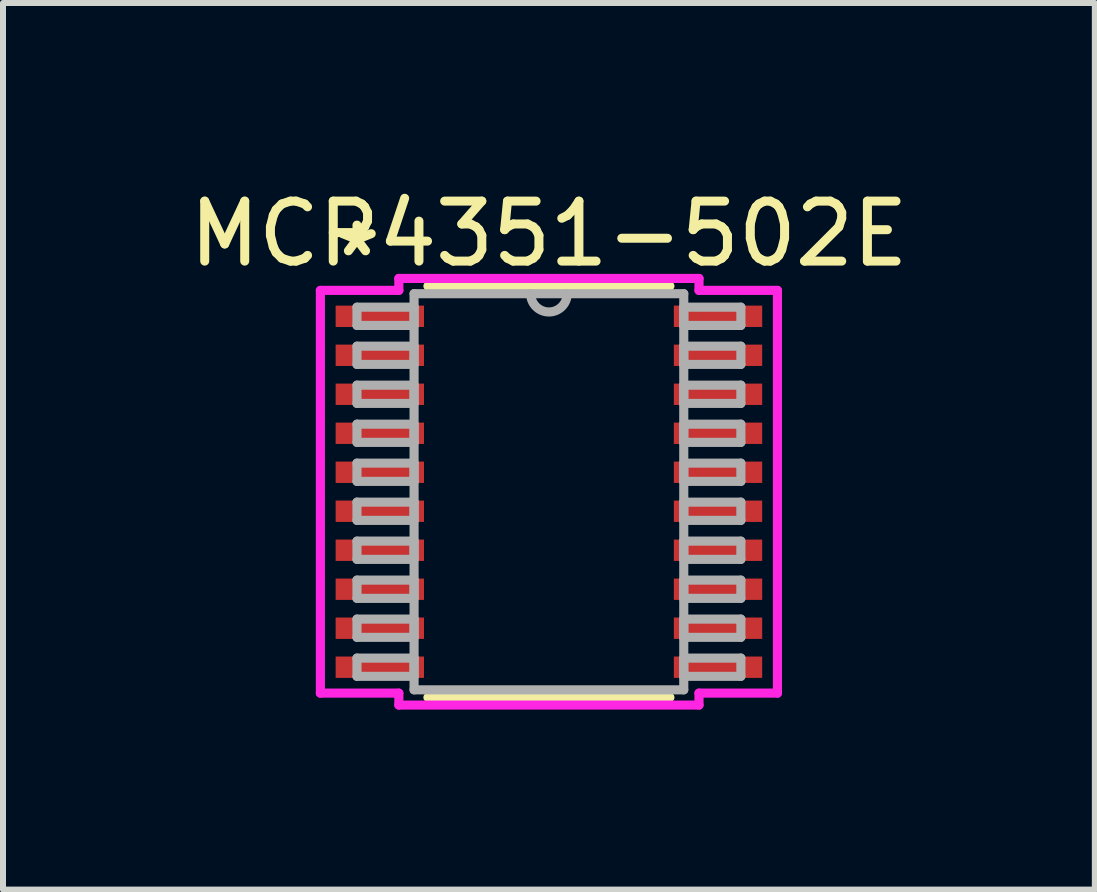
<source format=kicad_pcb>
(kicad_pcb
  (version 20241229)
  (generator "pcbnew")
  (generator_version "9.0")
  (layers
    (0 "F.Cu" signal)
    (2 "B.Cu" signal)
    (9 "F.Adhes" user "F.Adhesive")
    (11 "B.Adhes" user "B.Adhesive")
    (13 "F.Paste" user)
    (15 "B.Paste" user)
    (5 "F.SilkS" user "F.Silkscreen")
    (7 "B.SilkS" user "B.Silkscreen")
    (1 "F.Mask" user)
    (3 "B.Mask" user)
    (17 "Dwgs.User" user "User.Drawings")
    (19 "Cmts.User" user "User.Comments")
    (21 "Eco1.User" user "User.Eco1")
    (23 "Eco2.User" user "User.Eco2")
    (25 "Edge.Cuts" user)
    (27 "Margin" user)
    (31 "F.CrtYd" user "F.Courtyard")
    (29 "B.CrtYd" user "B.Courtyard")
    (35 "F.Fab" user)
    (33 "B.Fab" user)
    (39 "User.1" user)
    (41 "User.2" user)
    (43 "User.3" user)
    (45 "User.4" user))
  (footprint "MCP4351-502E"
    (layer "F.Cu")
    (at 6.101 5.148)
    (property "Reference" "MCP4351-502E" (at 0 -4.3 0) (layer "F.SilkS") (effects (font (size 1 1) (thickness 0.15))))
    (attr through_hole)
    (fp_line (start -2.017 3.429) (end 2.017 3.429) (stroke (width 0.152) (type solid)) (layer "F.SilkS"))
    (fp_line (start 2.017 -3.429) (end -2.017 -3.429) (stroke (width 0.152) (type solid)) (layer "F.SilkS"))
    (fp_line (start -3.81 -3.357) (end -2.502 -3.357) (stroke (width 0.152) (type solid)) (layer "F.CrtYd"))
    (fp_line (start -3.81 3.357) (end -3.81 -3.357) (stroke (width 0.152) (type solid)) (layer "F.CrtYd"))
    (fp_line (start -2.502 -3.556) (end 2.502 -3.556) (stroke (width 0.152) (type solid)) (layer "F.CrtYd"))
    (fp_line (start -2.502 -3.357) (end -2.502 -3.556) (stroke (width 0.152) (type solid)) (layer "F.CrtYd"))
    (fp_line (start -2.502 3.357) (end -3.81 3.357) (stroke (width 0.152) (type solid)) (layer "F.CrtYd"))
    (fp_line (start -2.502 3.556) (end -2.502 3.357) (stroke (width 0.152) (type solid)) (layer "F.CrtYd"))
    (fp_line (start 2.502 -3.556) (end 2.502 -3.357) (stroke (width 0.152) (type solid)) (layer "F.CrtYd"))
    (fp_line (start 2.502 -3.357) (end 3.81 -3.357) (stroke (width 0.152) (type solid)) (layer "F.CrtYd"))
    (fp_line (start 2.502 3.357) (end 2.502 3.556) (stroke (width 0.152) (type solid)) (layer "F.CrtYd"))
    (fp_line (start 2.502 3.556) (end -2.502 3.556) (stroke (width 0.152) (type solid)) (layer "F.CrtYd"))
    (fp_line (start 3.81 -3.357) (end 3.81 3.357) (stroke (width 0.152) (type solid)) (layer "F.CrtYd"))
    (fp_line (start 3.81 3.357) (end 2.502 3.357) (stroke (width 0.152) (type solid)) (layer "F.CrtYd"))
    (fp_line (start -3.2 -3.077) (end -3.2 -2.773) (stroke (width 0.152) (type solid)) (layer "F.Fab"))
    (fp_line (start -3.2 -2.773) (end -2.248 -2.773) (stroke (width 0.152) (type solid)) (layer "F.Fab"))
    (fp_line (start -3.2 -2.427) (end -3.2 -2.123) (stroke (width 0.152) (type solid)) (layer "F.Fab"))
    (fp_line (start -3.2 -2.123) (end -2.248 -2.123) (stroke (width 0.152) (type solid)) (layer "F.Fab"))
    (fp_line (start -3.2 -1.777) (end -3.2 -1.473) (stroke (width 0.152) (type solid)) (layer "F.Fab"))
    (fp_line (start -3.2 -1.473) (end -2.248 -1.473) (stroke (width 0.152) (type solid)) (layer "F.Fab"))
    (fp_line (start -3.2 -1.127) (end -3.2 -0.823) (stroke (width 0.152) (type solid)) (layer "F.Fab"))
    (fp_line (start -3.2 -0.823) (end -2.248 -0.823) (stroke (width 0.152) (type solid)) (layer "F.Fab"))
    (fp_line (start -3.2 -0.477) (end -3.2 -0.173) (stroke (width 0.152) (type solid)) (layer "F.Fab"))
    (fp_line (start -3.2 -0.173) (end -2.248 -0.173) (stroke (width 0.152) (type solid)) (layer "F.Fab"))
    (fp_line (start -3.2 0.173) (end -3.2 0.477) (stroke (width 0.152) (type solid)) (layer "F.Fab"))
    (fp_line (start -3.2 0.477) (end -2.248 0.477) (stroke (width 0.152) (type solid)) (layer "F.Fab"))
    (fp_line (start -3.2 0.823) (end -3.2 1.127) (stroke (width 0.152) (type solid)) (layer "F.Fab"))
    (fp_line (start -3.2 1.127) (end -2.248 1.127) (stroke (width 0.152) (type solid)) (layer "F.Fab"))
    (fp_line (start -3.2 1.473) (end -3.2 1.777) (stroke (width 0.152) (type solid)) (layer "F.Fab"))
    (fp_line (start -3.2 1.777) (end -2.248 1.777) (stroke (width 0.152) (type solid)) (layer "F.Fab"))
    (fp_line (start -3.2 2.123) (end -3.2 2.427) (stroke (width 0.152) (type solid)) (layer "F.Fab"))
    (fp_line (start -3.2 2.427) (end -2.248 2.427) (stroke (width 0.152) (type solid)) (layer "F.Fab"))
    (fp_line (start -3.2 2.773) (end -3.2 3.077) (stroke (width 0.152) (type solid)) (layer "F.Fab"))
    (fp_line (start -3.2 3.077) (end -2.248 3.077) (stroke (width 0.152) (type solid)) (layer "F.Fab"))
    (fp_line (start -2.248 -3.302) (end -2.248 3.302) (stroke (width 0.152) (type solid)) (layer "F.Fab"))
    (fp_line (start -2.248 -3.077) (end -3.2 -3.077) (stroke (width 0.152) (type solid)) (layer "F.Fab"))
    (fp_line (start -2.248 -2.773) (end -2.248 -3.077) (stroke (width 0.152) (type solid)) (layer "F.Fab"))
    (fp_line (start -2.248 -2.427) (end -3.2 -2.427) (stroke (width 0.152) (type solid)) (layer "F.Fab"))
    (fp_line (start -2.248 -2.123) (end -2.248 -2.427) (stroke (width 0.152) (type solid)) (layer "F.Fab"))
    (fp_line (start -2.248 -1.777) (end -3.2 -1.777) (stroke (width 0.152) (type solid)) (layer "F.Fab"))
    (fp_line (start -2.248 -1.473) (end -2.248 -1.777) (stroke (width 0.152) (type solid)) (layer "F.Fab"))
    (fp_line (start -2.248 -1.127) (end -3.2 -1.127) (stroke (width 0.152) (type solid)) (layer "F.Fab"))
    (fp_line (start -2.248 -0.823) (end -2.248 -1.127) (stroke (width 0.152) (type solid)) (layer "F.Fab"))
    (fp_line (start -2.248 -0.477) (end -3.2 -0.477) (stroke (width 0.152) (type solid)) (layer "F.Fab"))
    (fp_line (start -2.248 -0.173) (end -2.248 -0.477) (stroke (width 0.152) (type solid)) (layer "F.Fab"))
    (fp_line (start -2.248 0.173) (end -3.2 0.173) (stroke (width 0.152) (type solid)) (layer "F.Fab"))
    (fp_line (start -2.248 0.477) (end -2.248 0.173) (stroke (width 0.152) (type solid)) (layer "F.Fab"))
    (fp_line (start -2.248 0.823) (end -3.2 0.823) (stroke (width 0.152) (type solid)) (layer "F.Fab"))
    (fp_line (start -2.248 1.127) (end -2.248 0.823) (stroke (width 0.152) (type solid)) (layer "F.Fab"))
    (fp_line (start -2.248 1.473) (end -3.2 1.473) (stroke (width 0.152) (type solid)) (layer "F.Fab"))
    (fp_line (start -2.248 1.777) (end -2.248 1.473) (stroke (width 0.152) (type solid)) (layer "F.Fab"))
    (fp_line (start -2.248 2.123) (end -3.2 2.123) (stroke (width 0.152) (type solid)) (layer "F.Fab"))
    (fp_line (start -2.248 2.427) (end -2.248 2.123) (stroke (width 0.152) (type solid)) (layer "F.Fab"))
    (fp_line (start -2.248 2.773) (end -3.2 2.773) (stroke (width 0.152) (type solid)) (layer "F.Fab"))
    (fp_line (start -2.248 3.077) (end -2.248 2.773) (stroke (width 0.152) (type solid)) (layer "F.Fab"))
    (fp_line (start -2.248 3.302) (end 2.248 3.302) (stroke (width 0.152) (type solid)) (layer "F.Fab"))
    (fp_line (start 2.248 -3.302) (end -2.248 -3.302) (stroke (width 0.152) (type solid)) (layer "F.Fab"))
    (fp_line (start 2.248 -3.077) (end 2.248 -2.773) (stroke (width 0.152) (type solid)) (layer "F.Fab"))
    (fp_line (start 2.248 -2.773) (end 3.2 -2.773) (stroke (width 0.152) (type solid)) (layer "F.Fab"))
    (fp_line (start 2.248 -2.427) (end 2.248 -2.123) (stroke (width 0.152) (type solid)) (layer "F.Fab"))
    (fp_line (start 2.248 -2.123) (end 3.2 -2.123) (stroke (width 0.152) (type solid)) (layer "F.Fab"))
    (fp_line (start 2.248 -1.777) (end 2.248 -1.473) (stroke (width 0.152) (type solid)) (layer "F.Fab"))
    (fp_line (start 2.248 -1.473) (end 3.2 -1.473) (stroke (width 0.152) (type solid)) (layer "F.Fab"))
    (fp_line (start 2.248 -1.127) (end 2.248 -0.823) (stroke (width 0.152) (type solid)) (layer "F.Fab"))
    (fp_line (start 2.248 -0.823) (end 3.2 -0.823) (stroke (width 0.152) (type solid)) (layer "F.Fab"))
    (fp_line (start 2.248 -0.477) (end 2.248 -0.173) (stroke (width 0.152) (type solid)) (layer "F.Fab"))
    (fp_line (start 2.248 -0.173) (end 3.2 -0.173) (stroke (width 0.152) (type solid)) (layer "F.Fab"))
    (fp_line (start 2.248 0.173) (end 2.248 0.477) (stroke (width 0.152) (type solid)) (layer "F.Fab"))
    (fp_line (start 2.248 0.477) (end 3.2 0.477) (stroke (width 0.152) (type solid)) (layer "F.Fab"))
    (fp_line (start 2.248 0.823) (end 2.248 1.127) (stroke (width 0.152) (type solid)) (layer "F.Fab"))
    (fp_line (start 2.248 1.127) (end 3.2 1.127) (stroke (width 0.152) (type solid)) (layer "F.Fab"))
    (fp_line (start 2.248 1.473) (end 2.248 1.777) (stroke (width 0.152) (type solid)) (layer "F.Fab"))
    (fp_line (start 2.248 1.777) (end 3.2 1.777) (stroke (width 0.152) (type solid)) (layer "F.Fab"))
    (fp_line (start 2.248 2.123) (end 2.248 2.427) (stroke (width 0.152) (type solid)) (layer "F.Fab"))
    (fp_line (start 2.248 2.427) (end 3.2 2.427) (stroke (width 0.152) (type solid)) (layer "F.Fab"))
    (fp_line (start 2.248 2.773) (end 2.248 3.077) (stroke (width 0.152) (type solid)) (layer "F.Fab"))
    (fp_line (start 2.248 3.077) (end 3.2 3.077) (stroke (width 0.152) (type solid)) (layer "F.Fab"))
    (fp_line (start 2.248 3.302) (end 2.248 -3.302) (stroke (width 0.152) (type solid)) (layer "F.Fab"))
    (fp_line (start 3.2 -3.077) (end 2.248 -3.077) (stroke (width 0.152) (type solid)) (layer "F.Fab"))
    (fp_line (start 3.2 -2.773) (end 3.2 -3.077) (stroke (width 0.152) (type solid)) (layer "F.Fab"))
    (fp_line (start 3.2 -2.427) (end 2.248 -2.427) (stroke (width 0.152) (type solid)) (layer "F.Fab"))
    (fp_line (start 3.2 -2.123) (end 3.2 -2.427) (stroke (width 0.152) (type solid)) (layer "F.Fab"))
    (fp_line (start 3.2 -1.777) (end 2.248 -1.777) (stroke (width 0.152) (type solid)) (layer "F.Fab"))
    (fp_line (start 3.2 -1.473) (end 3.2 -1.777) (stroke (width 0.152) (type solid)) (layer "F.Fab"))
    (fp_line (start 3.2 -1.127) (end 2.248 -1.127) (stroke (width 0.152) (type solid)) (layer "F.Fab"))
    (fp_line (start 3.2 -0.823) (end 3.2 -1.127) (stroke (width 0.152) (type solid)) (layer "F.Fab"))
    (fp_line (start 3.2 -0.477) (end 2.248 -0.477) (stroke (width 0.152) (type solid)) (layer "F.Fab"))
    (fp_line (start 3.2 -0.173) (end 3.2 -0.477) (stroke (width 0.152) (type solid)) (layer "F.Fab"))
    (fp_line (start 3.2 0.173) (end 2.248 0.173) (stroke (width 0.152) (type solid)) (layer "F.Fab"))
    (fp_line (start 3.2 0.477) (end 3.2 0.173) (stroke (width 0.152) (type solid)) (layer "F.Fab"))
    (fp_line (start 3.2 0.823) (end 2.248 0.823) (stroke (width 0.152) (type solid)) (layer "F.Fab"))
    (fp_line (start 3.2 1.127) (end 3.2 0.823) (stroke (width 0.152) (type solid)) (layer "F.Fab"))
    (fp_line (start 3.2 1.473) (end 2.248 1.473) (stroke (width 0.152) (type solid)) (layer "F.Fab"))
    (fp_line (start 3.2 1.777) (end 3.2 1.473) (stroke (width 0.152) (type solid)) (layer "F.Fab"))
    (fp_line (start 3.2 2.123) (end 2.248 2.123) (stroke (width 0.152) (type solid)) (layer "F.Fab"))
    (fp_line (start 3.2 2.427) (end 3.2 2.123) (stroke (width 0.152) (type solid)) (layer "F.Fab"))
    (fp_line (start 3.2 2.773) (end 2.248 2.773) (stroke (width 0.152) (type solid)) (layer "F.Fab"))
    (fp_line (start 3.2 3.077) (end 3.2 2.773) (stroke (width 0.152) (type solid)) (layer "F.Fab"))
    (fp_arc (start 0.3048 -3.302) (mid 0 -2.9972) (end -0.3048 -3.302) (stroke (width 0.1524) (type solid)) (layer "F.Fab"))
    (fp_text user "*" (at -3.2 -3.9 0) (layer "F.SilkS") (effects (font (size 1 1) (thickness 0.15))))
    (pad "1" smd rect (at -2.819 -2.925) (size 1.473 0.356) (layers "F.Cu" "F.Mask" "F.Paste"))
    (pad "2" smd rect (at -2.819 -2.275) (size 1.473 0.356) (layers "F.Cu" "F.Mask" "F.Paste"))
    (pad "3" smd rect (at -2.819 -1.625) (size 1.473 0.356) (layers "F.Cu" "F.Mask" "F.Paste"))
    (pad "4" smd rect (at -2.819 -0.975) (size 1.473 0.356) (layers "F.Cu" "F.Mask" "F.Paste"))
    (pad "5" smd rect (at -2.819 -0.325) (size 1.473 0.356) (layers "F.Cu" "F.Mask" "F.Paste"))
    (pad "6" smd rect (at -2.819 0.325) (size 1.473 0.356) (layers "F.Cu" "F.Mask" "F.Paste"))
    (pad "7" smd rect (at -2.819 0.975) (size 1.473 0.356) (layers "F.Cu" "F.Mask" "F.Paste"))
    (pad "8" smd rect (at -2.819 1.625) (size 1.473 0.356) (layers "F.Cu" "F.Mask" "F.Paste"))
    (pad "9" smd rect (at -2.819 2.275) (size 1.473 0.356) (layers "F.Cu" "F.Mask" "F.Paste"))
    (pad "10" smd rect (at -2.819 2.925) (size 1.473 0.356) (layers "F.Cu" "F.Mask" "F.Paste"))
    (pad "11" smd rect (at 2.819 2.925) (size 1.473 0.356) (layers "F.Cu" "F.Mask" "F.Paste"))
    (pad "12" smd rect (at 2.819 2.275) (size 1.473 0.356) (layers "F.Cu" "F.Mask" "F.Paste"))
    (pad "13" smd rect (at 2.819 1.625) (size 1.473 0.356) (layers "F.Cu" "F.Mask" "F.Paste"))
    (pad "14" smd rect (at 2.819 0.975) (size 1.473 0.356) (layers "F.Cu" "F.Mask" "F.Paste"))
    (pad "15" smd rect (at 2.819 0.325) (size 1.473 0.356) (layers "F.Cu" "F.Mask" "F.Paste"))
    (pad "16" smd rect (at 2.819 -0.325) (size 1.473 0.356) (layers "F.Cu" "F.Mask" "F.Paste"))
    (pad "17" smd rect (at 2.819 -0.975) (size 1.473 0.356) (layers "F.Cu" "F.Mask" "F.Paste"))
    (pad "18" smd rect (at 2.819 -1.625) (size 1.473 0.356) (layers "F.Cu" "F.Mask" "F.Paste"))
    (pad "19" smd rect (at 2.819 -2.275) (size 1.473 0.356) (layers "F.Cu" "F.Mask" "F.Paste"))
    (pad "20" smd rect (at 2.819 -2.925) (size 1.473 0.356) (layers "F.Cu" "F.Mask" "F.Paste")))
  (gr_rect
    (start -3 -3)
    (end 15.202 11.78)
    (stroke (width 0.1) (type default))
    (fill no)
    (layer "Edge.Cuts")))
</source>
